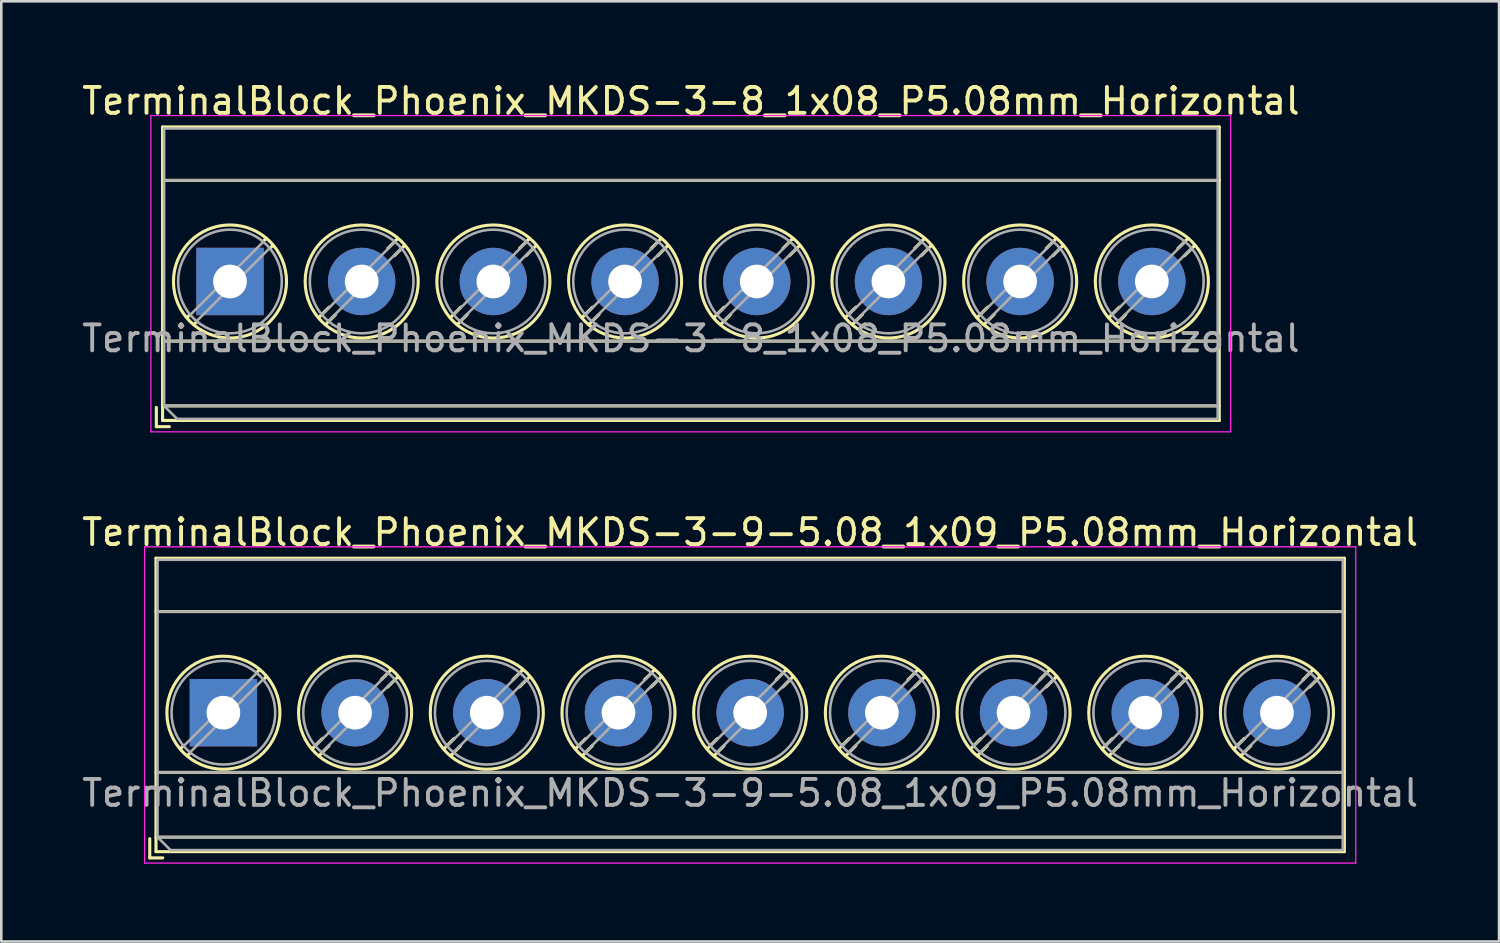
<source format=kicad_pcb>
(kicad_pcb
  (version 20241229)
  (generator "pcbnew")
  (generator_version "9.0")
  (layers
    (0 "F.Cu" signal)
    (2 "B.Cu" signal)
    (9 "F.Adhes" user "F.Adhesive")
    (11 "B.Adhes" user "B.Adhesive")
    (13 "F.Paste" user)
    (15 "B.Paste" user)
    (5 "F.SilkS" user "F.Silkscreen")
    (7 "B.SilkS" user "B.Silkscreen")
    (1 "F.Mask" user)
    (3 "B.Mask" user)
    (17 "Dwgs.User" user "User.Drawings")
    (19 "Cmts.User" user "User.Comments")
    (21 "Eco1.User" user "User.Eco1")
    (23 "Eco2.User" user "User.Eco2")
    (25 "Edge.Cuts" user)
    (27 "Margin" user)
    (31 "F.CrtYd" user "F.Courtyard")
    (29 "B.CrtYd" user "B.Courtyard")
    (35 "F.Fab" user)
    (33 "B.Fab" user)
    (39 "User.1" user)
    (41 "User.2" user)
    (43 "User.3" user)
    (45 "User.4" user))
  (footprint "TerminalBlock_Phoenix_MKDS-3-9-5.08_1x09_P5.08mm_Horizontal"
    (layer "F.Cu")
    (at 5.567 24.442)
    (property "Reference" "TerminalBlock_Phoenix_MKDS-3-9-5.08_1x09_P5.08mm_Horizontal" (at 20.32 -6.96 0) (layer "F.SilkS") (effects (font (size 1 1) (thickness 0.15))))
    (attr through_hole)
    (fp_line (start -2.84 4.86) (end -2.84 5.6) (stroke (width 0.12) (type solid)) (layer "F.SilkS"))
    (fp_line (start -2.84 5.6) (end -2.34 5.6) (stroke (width 0.12) (type solid)) (layer "F.SilkS"))
    (fp_line (start -2.6 -5.96) (end -2.6 5.36) (stroke (width 0.12) (type solid)) (layer "F.SilkS"))
    (fp_line (start -2.6 -5.96) (end 43.24 -5.96) (stroke (width 0.12) (type solid)) (layer "F.SilkS"))
    (fp_line (start -2.6 -3.9) (end 43.24 -3.9) (stroke (width 0.12) (type solid)) (layer "F.SilkS"))
    (fp_line (start -2.6 2.3) (end 43.24 2.3) (stroke (width 0.12) (type solid)) (layer "F.SilkS"))
    (fp_line (start -2.6 4.8) (end 43.24 4.8) (stroke (width 0.12) (type solid)) (layer "F.SilkS"))
    (fp_line (start -2.6 5.36) (end 43.24 5.36) (stroke (width 0.12) (type solid)) (layer "F.SilkS"))
    (fp_line (start -1.548 1.281) (end -1.654 1.388) (stroke (width 0.12) (type solid)) (layer "F.SilkS"))
    (fp_line (start -1.282 1.547) (end -1.388 1.654) (stroke (width 0.12) (type solid)) (layer "F.SilkS"))
    (fp_line (start 1.388 -1.654) (end 1.281 -1.547) (stroke (width 0.12) (type solid)) (layer "F.SilkS"))
    (fp_line (start 1.654 -1.388) (end 1.547 -1.281) (stroke (width 0.12) (type solid)) (layer "F.SilkS"))
    (fp_line (start 3.822 0.992) (end 3.427 1.388) (stroke (width 0.12) (type solid)) (layer "F.SilkS"))
    (fp_line (start 4.073 1.274) (end 3.693 1.654) (stroke (width 0.12) (type solid)) (layer "F.SilkS"))
    (fp_line (start 6.468 -1.654) (end 6.088 -1.274) (stroke (width 0.12) (type solid)) (layer "F.SilkS"))
    (fp_line (start 6.734 -1.388) (end 6.339 -0.992) (stroke (width 0.12) (type solid)) (layer "F.SilkS"))
    (fp_line (start 8.902 0.992) (end 8.507 1.388) (stroke (width 0.12) (type solid)) (layer "F.SilkS"))
    (fp_line (start 9.153 1.274) (end 8.773 1.654) (stroke (width 0.12) (type solid)) (layer "F.SilkS"))
    (fp_line (start 11.548 -1.654) (end 11.168 -1.274) (stroke (width 0.12) (type solid)) (layer "F.SilkS"))
    (fp_line (start 11.814 -1.388) (end 11.419 -0.992) (stroke (width 0.12) (type solid)) (layer "F.SilkS"))
    (fp_line (start 13.982 0.992) (end 13.587 1.388) (stroke (width 0.12) (type solid)) (layer "F.SilkS"))
    (fp_line (start 14.233 1.274) (end 13.853 1.654) (stroke (width 0.12) (type solid)) (layer "F.SilkS"))
    (fp_line (start 16.628 -1.654) (end 16.248 -1.274) (stroke (width 0.12) (type solid)) (layer "F.SilkS"))
    (fp_line (start 16.894 -1.388) (end 16.499 -0.992) (stroke (width 0.12) (type solid)) (layer "F.SilkS"))
    (fp_line (start 19.062 0.992) (end 18.667 1.388) (stroke (width 0.12) (type solid)) (layer "F.SilkS"))
    (fp_line (start 19.313 1.274) (end 18.933 1.654) (stroke (width 0.12) (type solid)) (layer "F.SilkS"))
    (fp_line (start 21.708 -1.654) (end 21.328 -1.274) (stroke (width 0.12) (type solid)) (layer "F.SilkS"))
    (fp_line (start 21.974 -1.388) (end 21.579 -0.992) (stroke (width 0.12) (type solid)) (layer "F.SilkS"))
    (fp_line (start 24.142 0.992) (end 23.747 1.388) (stroke (width 0.12) (type solid)) (layer "F.SilkS"))
    (fp_line (start 24.393 1.274) (end 24.013 1.654) (stroke (width 0.12) (type solid)) (layer "F.SilkS"))
    (fp_line (start 26.788 -1.654) (end 26.408 -1.274) (stroke (width 0.12) (type solid)) (layer "F.SilkS"))
    (fp_line (start 27.054 -1.388) (end 26.659 -0.992) (stroke (width 0.12) (type solid)) (layer "F.SilkS"))
    (fp_line (start 29.222 0.992) (end 28.827 1.388) (stroke (width 0.12) (type solid)) (layer "F.SilkS"))
    (fp_line (start 29.473 1.274) (end 29.093 1.654) (stroke (width 0.12) (type solid)) (layer "F.SilkS"))
    (fp_line (start 31.868 -1.654) (end 31.488 -1.274) (stroke (width 0.12) (type solid)) (layer "F.SilkS"))
    (fp_line (start 32.134 -1.388) (end 31.739 -0.992) (stroke (width 0.12) (type solid)) (layer "F.SilkS"))
    (fp_line (start 34.302 0.992) (end 33.907 1.388) (stroke (width 0.12) (type solid)) (layer "F.SilkS"))
    (fp_line (start 34.553 1.274) (end 34.173 1.654) (stroke (width 0.12) (type solid)) (layer "F.SilkS"))
    (fp_line (start 36.948 -1.654) (end 36.568 -1.274) (stroke (width 0.12) (type solid)) (layer "F.SilkS"))
    (fp_line (start 37.214 -1.388) (end 36.819 -0.992) (stroke (width 0.12) (type solid)) (layer "F.SilkS"))
    (fp_line (start 39.382 0.992) (end 38.987 1.388) (stroke (width 0.12) (type solid)) (layer "F.SilkS"))
    (fp_line (start 39.633 1.274) (end 39.253 1.654) (stroke (width 0.12) (type solid)) (layer "F.SilkS"))
    (fp_line (start 42.028 -1.654) (end 41.648 -1.274) (stroke (width 0.12) (type solid)) (layer "F.SilkS"))
    (fp_line (start 42.294 -1.388) (end 41.899 -0.992) (stroke (width 0.12) (type solid)) (layer "F.SilkS"))
    (fp_line (start 43.24 -5.96) (end 43.24 5.36) (stroke (width 0.12) (type solid)) (layer "F.SilkS"))
    (fp_circle (center 0 0) (end 2.18 0) (stroke (width 0.12) (type solid)) (fill no) (layer "F.SilkS"))
    (fp_circle (center 5.08 0) (end 7.26 0) (stroke (width 0.12) (type solid)) (fill no) (layer "F.SilkS"))
    (fp_circle (center 10.16 0) (end 12.34 0) (stroke (width 0.12) (type solid)) (fill no) (layer "F.SilkS"))
    (fp_circle (center 15.24 0) (end 17.42 0) (stroke (width 0.12) (type solid)) (fill no) (layer "F.SilkS"))
    (fp_circle (center 20.32 0) (end 22.5 0) (stroke (width 0.12) (type solid)) (fill no) (layer "F.SilkS"))
    (fp_circle (center 25.4 0) (end 27.58 0) (stroke (width 0.12) (type solid)) (fill no) (layer "F.SilkS"))
    (fp_circle (center 30.48 0) (end 32.66 0) (stroke (width 0.12) (type solid)) (fill no) (layer "F.SilkS"))
    (fp_circle (center 35.56 0) (end 37.74 0) (stroke (width 0.12) (type solid)) (fill no) (layer "F.SilkS"))
    (fp_circle (center 40.64 0) (end 42.82 0) (stroke (width 0.12) (type solid)) (fill no) (layer "F.SilkS"))
    (fp_line (start -3.04 -6.4) (end -3.04 5.8) (stroke (width 0.05) (type solid)) (layer "F.CrtYd"))
    (fp_line (start -3.04 5.8) (end 43.68 5.8) (stroke (width 0.05) (type solid)) (layer "F.CrtYd"))
    (fp_line (start 43.68 -6.4) (end -3.04 -6.4) (stroke (width 0.05) (type solid)) (layer "F.CrtYd"))
    (fp_line (start 43.68 5.8) (end 43.68 -6.4) (stroke (width 0.05) (type solid)) (layer "F.CrtYd"))
    (fp_line (start -2.54 -5.9) (end 43.18 -5.9) (stroke (width 0.1) (type solid)) (layer "F.Fab"))
    (fp_line (start -2.54 -3.9) (end 43.18 -3.9) (stroke (width 0.1) (type solid)) (layer "F.Fab"))
    (fp_line (start -2.54 2.3) (end 43.18 2.3) (stroke (width 0.1) (type solid)) (layer "F.Fab"))
    (fp_line (start -2.54 4.8) (end -2.54 -5.9) (stroke (width 0.1) (type solid)) (layer "F.Fab"))
    (fp_line (start -2.54 4.8) (end 43.18 4.8) (stroke (width 0.1) (type solid)) (layer "F.Fab"))
    (fp_line (start -2.04 5.3) (end -2.54 4.8) (stroke (width 0.1) (type solid)) (layer "F.Fab"))
    (fp_line (start 1.273 -1.517) (end -1.517 1.273) (stroke (width 0.1) (type solid)) (layer "F.Fab"))
    (fp_line (start 1.517 -1.273) (end -1.273 1.517) (stroke (width 0.1) (type solid)) (layer "F.Fab"))
    (fp_line (start 6.353 -1.517) (end 3.564 1.273) (stroke (width 0.1) (type solid)) (layer "F.Fab"))
    (fp_line (start 6.597 -1.273) (end 3.808 1.517) (stroke (width 0.1) (type solid)) (layer "F.Fab"))
    (fp_line (start 11.433 -1.517) (end 8.644 1.273) (stroke (width 0.1) (type solid)) (layer "F.Fab"))
    (fp_line (start 11.677 -1.273) (end 8.888 1.517) (stroke (width 0.1) (type solid)) (layer "F.Fab"))
    (fp_line (start 16.513 -1.517) (end 13.724 1.273) (stroke (width 0.1) (type solid)) (layer "F.Fab"))
    (fp_line (start 16.757 -1.273) (end 13.968 1.517) (stroke (width 0.1) (type solid)) (layer "F.Fab"))
    (fp_line (start 21.593 -1.517) (end 18.804 1.273) (stroke (width 0.1) (type solid)) (layer "F.Fab"))
    (fp_line (start 21.837 -1.273) (end 19.048 1.517) (stroke (width 0.1) (type solid)) (layer "F.Fab"))
    (fp_line (start 26.673 -1.517) (end 23.884 1.273) (stroke (width 0.1) (type solid)) (layer "F.Fab"))
    (fp_line (start 26.917 -1.273) (end 24.128 1.517) (stroke (width 0.1) (type solid)) (layer "F.Fab"))
    (fp_line (start 31.753 -1.517) (end 28.964 1.273) (stroke (width 0.1) (type solid)) (layer "F.Fab"))
    (fp_line (start 31.997 -1.273) (end 29.208 1.517) (stroke (width 0.1) (type solid)) (layer "F.Fab"))
    (fp_line (start 36.833 -1.517) (end 34.044 1.273) (stroke (width 0.1) (type solid)) (layer "F.Fab"))
    (fp_line (start 37.077 -1.273) (end 34.288 1.517) (stroke (width 0.1) (type solid)) (layer "F.Fab"))
    (fp_line (start 41.913 -1.517) (end 39.124 1.273) (stroke (width 0.1) (type solid)) (layer "F.Fab"))
    (fp_line (start 42.157 -1.273) (end 39.368 1.517) (stroke (width 0.1) (type solid)) (layer "F.Fab"))
    (fp_line (start 43.18 -5.9) (end 43.18 5.3) (stroke (width 0.1) (type solid)) (layer "F.Fab"))
    (fp_line (start 43.18 5.3) (end -2.04 5.3) (stroke (width 0.1) (type solid)) (layer "F.Fab"))
    (fp_circle (center 0 0) (end 2 0) (stroke (width 0.1) (type solid)) (fill no) (layer "F.Fab"))
    (fp_circle (center 5.08 0) (end 7.08 0) (stroke (width 0.1) (type solid)) (fill no) (layer "F.Fab"))
    (fp_circle (center 10.16 0) (end 12.16 0) (stroke (width 0.1) (type solid)) (fill no) (layer "F.Fab"))
    (fp_circle (center 15.24 0) (end 17.24 0) (stroke (width 0.1) (type solid)) (fill no) (layer "F.Fab"))
    (fp_circle (center 20.32 0) (end 22.32 0) (stroke (width 0.1) (type solid)) (fill no) (layer "F.Fab"))
    (fp_circle (center 25.4 0) (end 27.4 0) (stroke (width 0.1) (type solid)) (fill no) (layer "F.Fab"))
    (fp_circle (center 30.48 0) (end 32.48 0) (stroke (width 0.1) (type solid)) (fill no) (layer "F.Fab"))
    (fp_circle (center 35.56 0) (end 37.56 0) (stroke (width 0.1) (type solid)) (fill no) (layer "F.Fab"))
    (fp_circle (center 40.64 0) (end 42.64 0) (stroke (width 0.1) (type solid)) (fill no) (layer "F.Fab"))
    (fp_text user "${REFERENCE}" (at 20.32 3.1 0) (layer "F.Fab") (effects (font (size 1 1) (thickness 0.15))))
    (pad "1" thru_hole rect (at 0 0) (size 2.6 2.6) (drill 1.3) (layers "*.Cu" "*.Mask"))
    (pad "2" thru_hole circle (at 5.08 0) (size 2.6 2.6) (drill 1.3) (layers "*.Cu" "*.Mask"))
    (pad "3" thru_hole circle (at 10.16 0) (size 2.6 2.6) (drill 1.3) (layers "*.Cu" "*.Mask"))
    (pad "4" thru_hole circle (at 15.24 0) (size 2.6 2.6) (drill 1.3) (layers "*.Cu" "*.Mask"))
    (pad "5" thru_hole circle (at 20.32 0) (size 2.6 2.6) (drill 1.3) (layers "*.Cu" "*.Mask"))
    (pad "6" thru_hole circle (at 25.4 0) (size 2.6 2.6) (drill 1.3) (layers "*.Cu" "*.Mask"))
    (pad "7" thru_hole circle (at 30.48 0) (size 2.6 2.6) (drill 1.3) (layers "*.Cu" "*.Mask"))
    (pad "8" thru_hole circle (at 35.56 0) (size 2.6 2.6) (drill 1.3) (layers "*.Cu" "*.Mask"))
    (pad "9" thru_hole circle (at 40.64 0) (size 2.6 2.6) (drill 1.3) (layers "*.Cu" "*.Mask")))
  (footprint "TerminalBlock_Phoenix_MKDS-3-8_1x08_P5.08mm_Horizontal"
    (layer "F.Cu")
    (at 5.821 7.808)
    (property "Reference" "TerminalBlock_Phoenix_MKDS-3-8_1x08_P5.08mm_Horizontal" (at 17.78 -6.96 0) (layer "F.SilkS") (effects (font (size 1 1) (thickness 0.15))))
    (attr through_hole)
    (fp_line (start -2.84 4.86) (end -2.84 5.6) (stroke (width 0.12) (type solid)) (layer "F.SilkS"))
    (fp_line (start -2.84 5.6) (end -2.34 5.6) (stroke (width 0.12) (type solid)) (layer "F.SilkS"))
    (fp_line (start -2.6 -5.96) (end -2.6 5.36) (stroke (width 0.12) (type solid)) (layer "F.SilkS"))
    (fp_line (start -2.6 -5.96) (end 38.16 -5.96) (stroke (width 0.12) (type solid)) (layer "F.SilkS"))
    (fp_line (start -2.6 -3.9) (end 38.16 -3.9) (stroke (width 0.12) (type solid)) (layer "F.SilkS"))
    (fp_line (start -2.6 2.3) (end 38.16 2.3) (stroke (width 0.12) (type solid)) (layer "F.SilkS"))
    (fp_line (start -2.6 4.8) (end 38.16 4.8) (stroke (width 0.12) (type solid)) (layer "F.SilkS"))
    (fp_line (start -2.6 5.36) (end 38.16 5.36) (stroke (width 0.12) (type solid)) (layer "F.SilkS"))
    (fp_line (start -1.548 1.281) (end -1.654 1.388) (stroke (width 0.12) (type solid)) (layer "F.SilkS"))
    (fp_line (start -1.282 1.547) (end -1.388 1.654) (stroke (width 0.12) (type solid)) (layer "F.SilkS"))
    (fp_line (start 1.388 -1.654) (end 1.281 -1.547) (stroke (width 0.12) (type solid)) (layer "F.SilkS"))
    (fp_line (start 1.654 -1.388) (end 1.547 -1.281) (stroke (width 0.12) (type solid)) (layer "F.SilkS"))
    (fp_line (start 3.822 0.992) (end 3.427 1.388) (stroke (width 0.12) (type solid)) (layer "F.SilkS"))
    (fp_line (start 4.073 1.274) (end 3.693 1.654) (stroke (width 0.12) (type solid)) (layer "F.SilkS"))
    (fp_line (start 6.468 -1.654) (end 6.088 -1.274) (stroke (width 0.12) (type solid)) (layer "F.SilkS"))
    (fp_line (start 6.734 -1.388) (end 6.339 -0.992) (stroke (width 0.12) (type solid)) (layer "F.SilkS"))
    (fp_line (start 8.902 0.992) (end 8.507 1.388) (stroke (width 0.12) (type solid)) (layer "F.SilkS"))
    (fp_line (start 9.153 1.274) (end 8.773 1.654) (stroke (width 0.12) (type solid)) (layer "F.SilkS"))
    (fp_line (start 11.548 -1.654) (end 11.168 -1.274) (stroke (width 0.12) (type solid)) (layer "F.SilkS"))
    (fp_line (start 11.814 -1.388) (end 11.419 -0.992) (stroke (width 0.12) (type solid)) (layer "F.SilkS"))
    (fp_line (start 13.982 0.992) (end 13.587 1.388) (stroke (width 0.12) (type solid)) (layer "F.SilkS"))
    (fp_line (start 14.233 1.274) (end 13.853 1.654) (stroke (width 0.12) (type solid)) (layer "F.SilkS"))
    (fp_line (start 16.628 -1.654) (end 16.248 -1.274) (stroke (width 0.12) (type solid)) (layer "F.SilkS"))
    (fp_line (start 16.894 -1.388) (end 16.499 -0.992) (stroke (width 0.12) (type solid)) (layer "F.SilkS"))
    (fp_line (start 19.062 0.992) (end 18.667 1.388) (stroke (width 0.12) (type solid)) (layer "F.SilkS"))
    (fp_line (start 19.313 1.274) (end 18.933 1.654) (stroke (width 0.12) (type solid)) (layer "F.SilkS"))
    (fp_line (start 21.708 -1.654) (end 21.328 -1.274) (stroke (width 0.12) (type solid)) (layer "F.SilkS"))
    (fp_line (start 21.974 -1.388) (end 21.579 -0.992) (stroke (width 0.12) (type solid)) (layer "F.SilkS"))
    (fp_line (start 24.142 0.992) (end 23.747 1.388) (stroke (width 0.12) (type solid)) (layer "F.SilkS"))
    (fp_line (start 24.393 1.274) (end 24.013 1.654) (stroke (width 0.12) (type solid)) (layer "F.SilkS"))
    (fp_line (start 26.788 -1.654) (end 26.408 -1.274) (stroke (width 0.12) (type solid)) (layer "F.SilkS"))
    (fp_line (start 27.054 -1.388) (end 26.659 -0.992) (stroke (width 0.12) (type solid)) (layer "F.SilkS"))
    (fp_line (start 29.222 0.992) (end 28.827 1.388) (stroke (width 0.12) (type solid)) (layer "F.SilkS"))
    (fp_line (start 29.473 1.274) (end 29.093 1.654) (stroke (width 0.12) (type solid)) (layer "F.SilkS"))
    (fp_line (start 31.868 -1.654) (end 31.488 -1.274) (stroke (width 0.12) (type solid)) (layer "F.SilkS"))
    (fp_line (start 32.134 -1.388) (end 31.739 -0.992) (stroke (width 0.12) (type solid)) (layer "F.SilkS"))
    (fp_line (start 34.302 0.992) (end 33.907 1.388) (stroke (width 0.12) (type solid)) (layer "F.SilkS"))
    (fp_line (start 34.553 1.274) (end 34.173 1.654) (stroke (width 0.12) (type solid)) (layer "F.SilkS"))
    (fp_line (start 36.948 -1.654) (end 36.568 -1.274) (stroke (width 0.12) (type solid)) (layer "F.SilkS"))
    (fp_line (start 37.214 -1.388) (end 36.819 -0.992) (stroke (width 0.12) (type solid)) (layer "F.SilkS"))
    (fp_line (start 38.16 -5.96) (end 38.16 5.36) (stroke (width 0.12) (type solid)) (layer "F.SilkS"))
    (fp_circle (center 0 0) (end 2.18 0) (stroke (width 0.12) (type solid)) (fill no) (layer "F.SilkS"))
    (fp_circle (center 5.08 0) (end 7.26 0) (stroke (width 0.12) (type solid)) (fill no) (layer "F.SilkS"))
    (fp_circle (center 10.16 0) (end 12.34 0) (stroke (width 0.12) (type solid)) (fill no) (layer "F.SilkS"))
    (fp_circle (center 15.24 0) (end 17.42 0) (stroke (width 0.12) (type solid)) (fill no) (layer "F.SilkS"))
    (fp_circle (center 20.32 0) (end 22.5 0) (stroke (width 0.12) (type solid)) (fill no) (layer "F.SilkS"))
    (fp_circle (center 25.4 0) (end 27.58 0) (stroke (width 0.12) (type solid)) (fill no) (layer "F.SilkS"))
    (fp_circle (center 30.48 0) (end 32.66 0) (stroke (width 0.12) (type solid)) (fill no) (layer "F.SilkS"))
    (fp_circle (center 35.56 0) (end 37.74 0) (stroke (width 0.12) (type solid)) (fill no) (layer "F.SilkS"))
    (fp_line (start -3.05 -6.4) (end -3.05 5.8) (stroke (width 0.05) (type solid)) (layer "F.CrtYd"))
    (fp_line (start -3.05 5.8) (end 38.6 5.8) (stroke (width 0.05) (type solid)) (layer "F.CrtYd"))
    (fp_line (start 38.6 -6.4) (end -3.05 -6.4) (stroke (width 0.05) (type solid)) (layer "F.CrtYd"))
    (fp_line (start 38.6 5.8) (end 38.6 -6.4) (stroke (width 0.05) (type solid)) (layer "F.CrtYd"))
    (fp_line (start -2.54 -5.9) (end 38.1 -5.9) (stroke (width 0.1) (type solid)) (layer "F.Fab"))
    (fp_line (start -2.54 -3.9) (end 38.1 -3.9) (stroke (width 0.1) (type solid)) (layer "F.Fab"))
    (fp_line (start -2.54 2.3) (end 38.1 2.3) (stroke (width 0.1) (type solid)) (layer "F.Fab"))
    (fp_line (start -2.54 4.8) (end -2.54 -5.9) (stroke (width 0.1) (type solid)) (layer "F.Fab"))
    (fp_line (start -2.54 4.8) (end 38.1 4.8) (stroke (width 0.1) (type solid)) (layer "F.Fab"))
    (fp_line (start -2.04 5.3) (end -2.54 4.8) (stroke (width 0.1) (type solid)) (layer "F.Fab"))
    (fp_line (start 1.273 -1.517) (end -1.517 1.273) (stroke (width 0.1) (type solid)) (layer "F.Fab"))
    (fp_line (start 1.517 -1.273) (end -1.273 1.517) (stroke (width 0.1) (type solid)) (layer "F.Fab"))
    (fp_line (start 6.353 -1.517) (end 3.564 1.273) (stroke (width 0.1) (type solid)) (layer "F.Fab"))
    (fp_line (start 6.597 -1.273) (end 3.808 1.517) (stroke (width 0.1) (type solid)) (layer "F.Fab"))
    (fp_line (start 11.433 -1.517) (end 8.644 1.273) (stroke (width 0.1) (type solid)) (layer "F.Fab"))
    (fp_line (start 11.677 -1.273) (end 8.888 1.517) (stroke (width 0.1) (type solid)) (layer "F.Fab"))
    (fp_line (start 16.513 -1.517) (end 13.724 1.273) (stroke (width 0.1) (type solid)) (layer "F.Fab"))
    (fp_line (start 16.757 -1.273) (end 13.968 1.517) (stroke (width 0.1) (type solid)) (layer "F.Fab"))
    (fp_line (start 21.593 -1.517) (end 18.804 1.273) (stroke (width 0.1) (type solid)) (layer "F.Fab"))
    (fp_line (start 21.837 -1.273) (end 19.048 1.517) (stroke (width 0.1) (type solid)) (layer "F.Fab"))
    (fp_line (start 26.673 -1.517) (end 23.884 1.273) (stroke (width 0.1) (type solid)) (layer "F.Fab"))
    (fp_line (start 26.917 -1.273) (end 24.128 1.517) (stroke (width 0.1) (type solid)) (layer "F.Fab"))
    (fp_line (start 31.753 -1.517) (end 28.964 1.273) (stroke (width 0.1) (type solid)) (layer "F.Fab"))
    (fp_line (start 31.997 -1.273) (end 29.208 1.517) (stroke (width 0.1) (type solid)) (layer "F.Fab"))
    (fp_line (start 36.833 -1.517) (end 34.044 1.273) (stroke (width 0.1) (type solid)) (layer "F.Fab"))
    (fp_line (start 37.077 -1.273) (end 34.288 1.517) (stroke (width 0.1) (type solid)) (layer "F.Fab"))
    (fp_line (start 38.1 -5.9) (end 38.1 5.3) (stroke (width 0.1) (type solid)) (layer "F.Fab"))
    (fp_line (start 38.1 5.3) (end -2.04 5.3) (stroke (width 0.1) (type solid)) (layer "F.Fab"))
    (fp_circle (center 0 0) (end 2 0) (stroke (width 0.1) (type solid)) (fill no) (layer "F.Fab"))
    (fp_circle (center 5.08 0) (end 7.08 0) (stroke (width 0.1) (type solid)) (fill no) (layer "F.Fab"))
    (fp_circle (center 10.16 0) (end 12.16 0) (stroke (width 0.1) (type solid)) (fill no) (layer "F.Fab"))
    (fp_circle (center 15.24 0) (end 17.24 0) (stroke (width 0.1) (type solid)) (fill no) (layer "F.Fab"))
    (fp_circle (center 20.32 0) (end 22.32 0) (stroke (width 0.1) (type solid)) (fill no) (layer "F.Fab"))
    (fp_circle (center 25.4 0) (end 27.4 0) (stroke (width 0.1) (type solid)) (fill no) (layer "F.Fab"))
    (fp_circle (center 30.48 0) (end 32.48 0) (stroke (width 0.1) (type solid)) (fill no) (layer "F.Fab"))
    (fp_circle (center 35.56 0) (end 37.56 0) (stroke (width 0.1) (type solid)) (fill no) (layer "F.Fab"))
    (fp_text user "${REFERENCE}" (at 17.78 2.2 0) (layer "F.Fab") (effects (font (size 1 1) (thickness 0.15))))
    (pad "1" thru_hole rect (at 0 0) (size 2.6 2.6) (drill 1.3) (layers "*.Cu" "*.Mask"))
    (pad "2" thru_hole circle (at 5.08 0) (size 2.6 2.6) (drill 1.3) (layers "*.Cu" "*.Mask"))
    (pad "3" thru_hole circle (at 10.16 0) (size 2.6 2.6) (drill 1.3) (layers "*.Cu" "*.Mask"))
    (pad "4" thru_hole circle (at 15.24 0) (size 2.6 2.6) (drill 1.3) (layers "*.Cu" "*.Mask"))
    (pad "5" thru_hole circle (at 20.32 0) (size 2.6 2.6) (drill 1.3) (layers "*.Cu" "*.Mask"))
    (pad "6" thru_hole circle (at 25.4 0) (size 2.6 2.6) (drill 1.3) (layers "*.Cu" "*.Mask"))
    (pad "7" thru_hole circle (at 30.48 0) (size 2.6 2.6) (drill 1.3) (layers "*.Cu" "*.Mask"))
    (pad "8" thru_hole circle (at 35.56 0) (size 2.6 2.6) (drill 1.3) (layers "*.Cu" "*.Mask")))
  (gr_rect
    (start -3 -3)
    (end 54.774 33.267)
    (stroke (width 0.1) (type default))
    (fill no)
    (layer "Edge.Cuts")))
</source>
